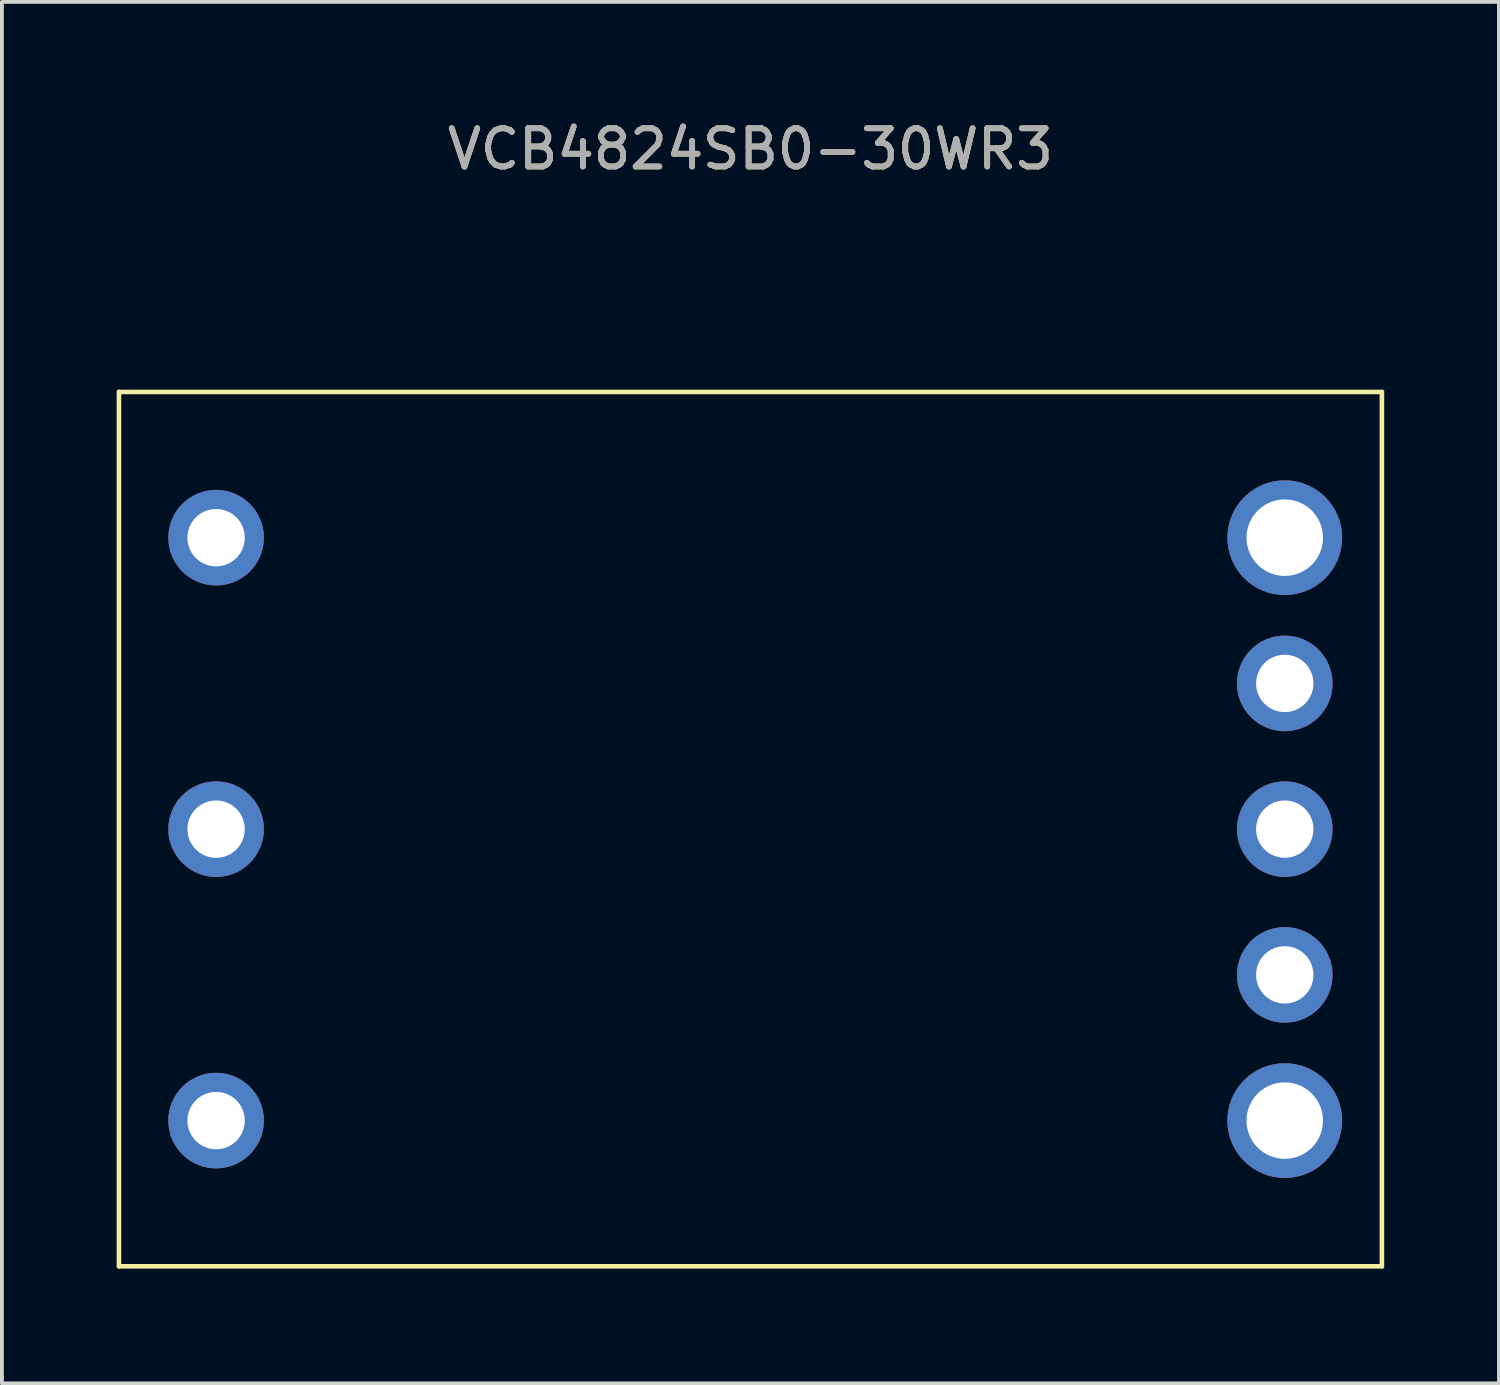
<source format=kicad_pcb>
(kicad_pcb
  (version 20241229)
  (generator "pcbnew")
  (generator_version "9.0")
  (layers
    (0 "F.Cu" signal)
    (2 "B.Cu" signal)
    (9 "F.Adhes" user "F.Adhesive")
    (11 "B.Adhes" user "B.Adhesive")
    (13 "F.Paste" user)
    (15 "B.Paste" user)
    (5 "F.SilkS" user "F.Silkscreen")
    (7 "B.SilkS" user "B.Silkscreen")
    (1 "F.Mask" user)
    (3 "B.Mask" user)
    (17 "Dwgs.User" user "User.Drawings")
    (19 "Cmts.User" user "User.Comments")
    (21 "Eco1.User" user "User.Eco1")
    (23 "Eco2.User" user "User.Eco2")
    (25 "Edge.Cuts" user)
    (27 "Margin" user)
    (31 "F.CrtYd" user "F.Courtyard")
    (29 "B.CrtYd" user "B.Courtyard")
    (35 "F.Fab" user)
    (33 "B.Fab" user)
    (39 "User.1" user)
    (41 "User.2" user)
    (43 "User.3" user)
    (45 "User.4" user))
  (footprint "VCB4824SB0-30WR3"
    (layer "F.Cu")
    (at 16.57 18.628)
    (property "Reference" "VCB4824SB0-30WR3" (at 0 -17.78 0) (unlocked yes) (layer "F.SilkS") (effects (font (size 1 1) (thickness 0.15))))
    (attr through_hole)
    (fp_line (start -16.51 -11.43) (end -16.51 11.43) (stroke (width 0.12) (type solid)) (layer "F.SilkS"))
    (fp_line (start -16.51 -11.43) (end 16.51 -11.43) (stroke (width 0.12) (type solid)) (layer "F.SilkS"))
    (fp_line (start -16.51 11.43) (end 16.51 11.43) (stroke (width 0.12) (type solid)) (layer "F.SilkS"))
    (fp_line (start 16.51 -11.43) (end 16.51 11.43) (stroke (width 0.12) (type solid)) (layer "F.SilkS"))
    (fp_text user "${REFERENCE}" (at 0 -17.78 0) (unlocked yes) (layer "F.Fab") (effects (font (size 1 1) (thickness 0.15))))
    (pad "1" thru_hole circle (at -13.97 -7.62) (size 2.5 2.5) (drill 1.5) (layers "*.Cu" "*.Mask"))
    (pad "2" thru_hole circle (at -13.97 0) (size 2.5 2.5) (drill 1.5) (layers "*.Cu" "*.Mask"))
    (pad "2" thru_hole circle (at 13.97 3.81) (size 2.5 2.5) (drill 1.5) (layers "*.Cu" "*.Mask"))
    (pad "3" thru_hole circle (at -13.97 7.62) (size 2.5 2.5) (drill 1.5) (layers "*.Cu" "*.Mask"))
    (pad "6" thru_hole circle (at 13.97 0) (size 2.5 2.5) (drill 1.5) (layers "*.Cu" "*.Mask"))
    (pad "7" thru_hole circle (at 13.97 -3.81) (size 2.5 2.5) (drill 1.5) (layers "*.Cu" "*.Mask"))
    (pad "8" thru_hole circle (at 13.97 -7.62) (size 3 3) (drill 2) (layers "*.Cu" "*.Mask"))
    (pad "8" thru_hole circle (at 13.97 7.62) (size 3 3) (drill 2) (layers "*.Cu" "*.Mask")))
  (gr_rect
    (start -3 -3)
    (end 36.14 33.118)
    (stroke (width 0.1) (type default))
    (fill no)
    (layer "Edge.Cuts")))
</source>
